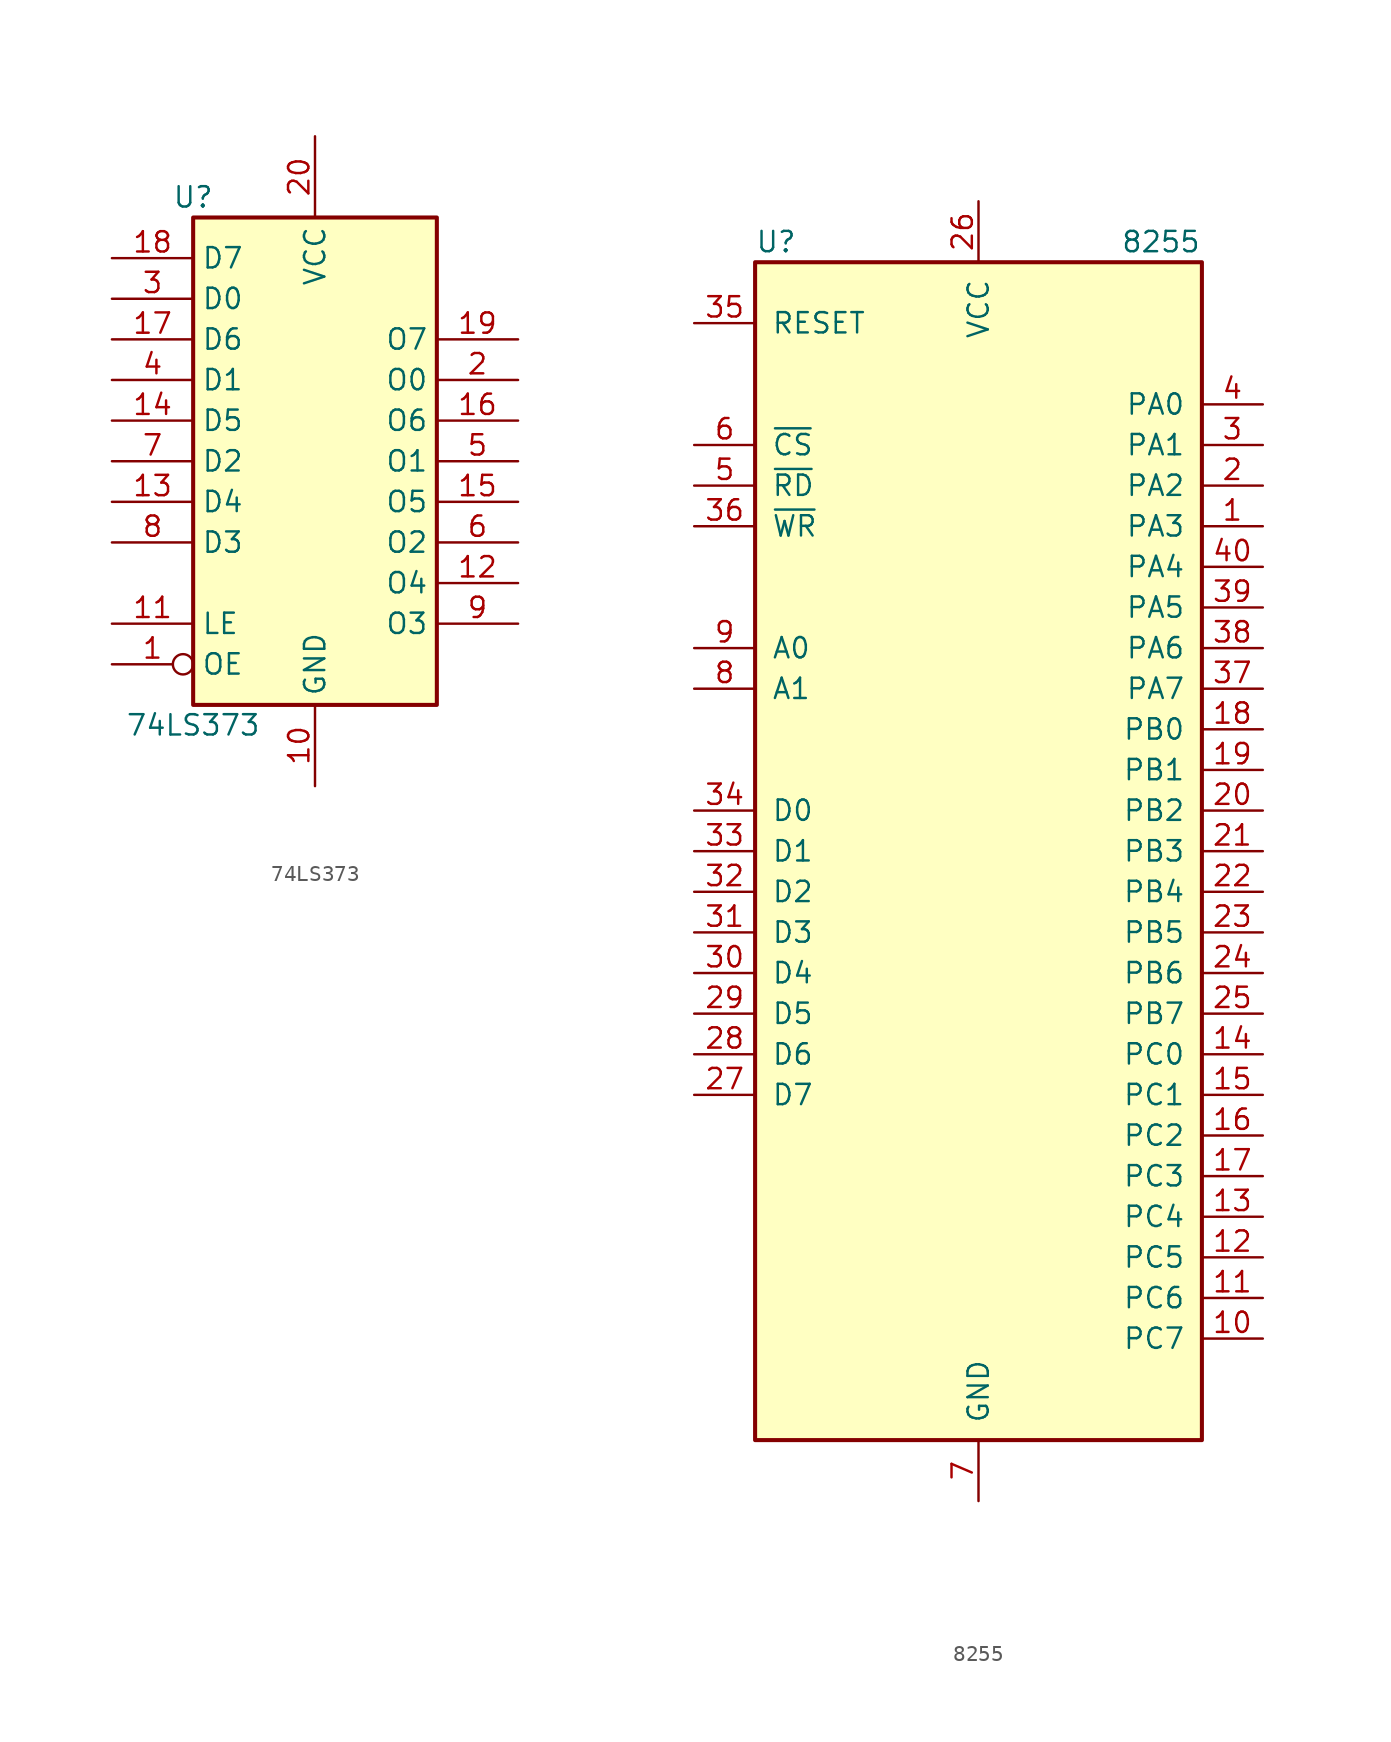
<source format=kicad_sym>
(kicad_symbol_lib
  (version 20241209)
  (generator "kicad_symbol_editor")
  (generator_version "9.0")
  (symbol "74LS373"
    (property "Reference" "U"
      (at -7.62 16.51 0)
      (effects (font (size 1.27 1.27))))
    (property "Value" "74LS373"
      (at -7.62 -16.51 0)
      (effects (font (size 1.27 1.27))))
    (symbol "74LS373_1_0"
      (pin input line (at -12.7 12.7 0) (length 5.08) (name "D7" (effects (font (size 1.27 1.27)))) (number "18" (effects (font (size 1.27 1.27)))))
      (pin input line (at -12.7 10.16 0) (length 5.08) (name "D0" (effects (font (size 1.27 1.27)))) (number "3" (effects (font (size 1.27 1.27)))))
      (pin input line (at -12.7 7.62 0) (length 5.08) (name "D6" (effects (font (size 1.27 1.27)))) (number "17" (effects (font (size 1.27 1.27)))))
      (pin input line (at -12.7 5.08 0) (length 5.08) (name "D1" (effects (font (size 1.27 1.27)))) (number "4" (effects (font (size 1.27 1.27)))))
      (pin input line (at -12.7 2.54 0) (length 5.08) (name "D5" (effects (font (size 1.27 1.27)))) (number "14" (effects (font (size 1.27 1.27)))))
      (pin input line (at -12.7 0 0) (length 5.08) (name "D2" (effects (font (size 1.27 1.27)))) (number "7" (effects (font (size 1.27 1.27)))))
      (pin input line (at -12.7 -2.54 0) (length 5.08) (name "D4" (effects (font (size 1.27 1.27)))) (number "13" (effects (font (size 1.27 1.27)))))
      (pin input line (at -12.7 -5.08 0) (length 5.08) (name "D3" (effects (font (size 1.27 1.27)))) (number "8" (effects (font (size 1.27 1.27)))))
      (pin input line (at -12.7 -10.16 0) (length 5.08) (name "LE" (effects (font (size 1.27 1.27)))) (number "11" (effects (font (size 1.27 1.27)))))
      (pin input inverted (at -12.7 -12.7 0) (length 5.08) (name "OE" (effects (font (size 1.27 1.27)))) (number "1" (effects (font (size 1.27 1.27)))))
      (pin power_in line (at 0 20.32 270) (length 5.08) (name "VCC" (effects (font (size 1.27 1.27)))) (number "20" (effects (font (size 1.27 1.27)))))
      (pin power_in line (at 0 -20.32 90) (length 5.08) (name "GND" (effects (font (size 1.27 1.27)))) (number "10" (effects (font (size 1.27 1.27)))))
      (pin tri_state line (at 12.7 7.62 180) (length 5.08) (name "O7" (effects (font (size 1.27 1.27)))) (number "19" (effects (font (size 1.27 1.27)))))
      (pin tri_state line (at 12.7 5.08 180) (length 5.08) (name "O0" (effects (font (size 1.27 1.27)))) (number "2" (effects (font (size 1.27 1.27)))))
      (pin tri_state line (at 12.7 2.54 180) (length 5.08) (name "O6" (effects (font (size 1.27 1.27)))) (number "16" (effects (font (size 1.27 1.27)))))
      (pin tri_state line (at 12.7 0 180) (length 5.08) (name "O1" (effects (font (size 1.27 1.27)))) (number "5" (effects (font (size 1.27 1.27)))))
      (pin tri_state line (at 12.7 -2.54 180) (length 5.08) (name "O5" (effects (font (size 1.27 1.27)))) (number "15" (effects (font (size 1.27 1.27)))))
      (pin tri_state line (at 12.7 -5.08 180) (length 5.08) (name "O2" (effects (font (size 1.27 1.27)))) (number "6" (effects (font (size 1.27 1.27)))))
      (pin tri_state line (at 12.7 -7.62 180) (length 5.08) (name "O4" (effects (font (size 1.27 1.27)))) (number "12" (effects (font (size 1.27 1.27)))))
      (pin tri_state line (at 12.7 -10.16 180) (length 5.08) (name "O3" (effects (font (size 1.27 1.27)))) (number "9" (effects (font (size 1.27 1.27))))))
    (symbol "74LS373_1_1"
      (rectangle (start -7.62 15.24) (end 7.62 -15.24) (stroke (width 0.254) (type default)) (fill (type background)))))
  (symbol "8255"
    (pin_names
      (offset 1.016))
    (property "Reference" "U"
      (at -13.97 38.1 0)
      (effects (font (size 1.27 1.27)) (justify left)))
    (property "Value" "8255"
      (at 8.89 38.1 0)
      (effects (font (size 1.27 1.27)) (justify left)))
    (symbol "8255_1_1"
      (rectangle (start -13.97 -36.83) (end 13.97 36.83) (stroke (width 0.254) (type default)) (fill (type background)))
      (pin input line (at -17.78 33.02 0) (length 3.81) (name "RESET" (effects (font (size 1.27 1.27)))) (number "35" (effects (font (size 1.27 1.27)))))
      (pin input line (at -17.78 25.4 0) (length 3.81) (name "~{CS}" (effects (font (size 1.27 1.27)))) (number "6" (effects (font (size 1.27 1.27)))))
      (pin input line (at -17.78 22.86 0) (length 3.81) (name "~{RD}" (effects (font (size 1.27 1.27)))) (number "5" (effects (font (size 1.27 1.27)))))
      (pin input line (at -17.78 20.32 0) (length 3.81) (name "~{WR}" (effects (font (size 1.27 1.27)))) (number "36" (effects (font (size 1.27 1.27)))))
      (pin input line (at -17.78 12.7 0) (length 3.81) (name "A0" (effects (font (size 1.27 1.27)))) (number "9" (effects (font (size 1.27 1.27)))))
      (pin input line (at -17.78 10.16 0) (length 3.81) (name "A1" (effects (font (size 1.27 1.27)))) (number "8" (effects (font (size 1.27 1.27)))))
      (pin bidirectional line (at -17.78 2.54 0) (length 3.81) (name "D0" (effects (font (size 1.27 1.27)))) (number "34" (effects (font (size 1.27 1.27)))))
      (pin bidirectional line (at -17.78 0 0) (length 3.81) (name "D1" (effects (font (size 1.27 1.27)))) (number "33" (effects (font (size 1.27 1.27)))))
      (pin bidirectional line (at -17.78 -2.54 0) (length 3.81) (name "D2" (effects (font (size 1.27 1.27)))) (number "32" (effects (font (size 1.27 1.27)))))
      (pin bidirectional line (at -17.78 -5.08 0) (length 3.81) (name "D3" (effects (font (size 1.27 1.27)))) (number "31" (effects (font (size 1.27 1.27)))))
      (pin bidirectional line (at -17.78 -7.62 0) (length 3.81) (name "D4" (effects (font (size 1.27 1.27)))) (number "30" (effects (font (size 1.27 1.27)))))
      (pin bidirectional line (at -17.78 -10.16 0) (length 3.81) (name "D5" (effects (font (size 1.27 1.27)))) (number "29" (effects (font (size 1.27 1.27)))))
      (pin bidirectional line (at -17.78 -12.7 0) (length 3.81) (name "D6" (effects (font (size 1.27 1.27)))) (number "28" (effects (font (size 1.27 1.27)))))
      (pin bidirectional line (at -17.78 -15.24 0) (length 3.81) (name "D7" (effects (font (size 1.27 1.27)))) (number "27" (effects (font (size 1.27 1.27)))))
      (pin power_in line (at 0 40.64 270) (length 3.81) (name "VCC" (effects (font (size 1.27 1.27)))) (number "26" (effects (font (size 1.27 1.27)))))
      (pin power_in line (at 0 -40.64 90) (length 3.81) (name "GND" (effects (font (size 1.27 1.27)))) (number "7" (effects (font (size 1.27 1.27)))))
      (pin bidirectional line (at 17.78 27.94 180) (length 3.81) (name "PA0" (effects (font (size 1.27 1.27)))) (number "4" (effects (font (size 1.27 1.27)))))
      (pin bidirectional line (at 17.78 25.4 180) (length 3.81) (name "PA1" (effects (font (size 1.27 1.27)))) (number "3" (effects (font (size 1.27 1.27)))))
      (pin bidirectional line (at 17.78 22.86 180) (length 3.81) (name "PA2" (effects (font (size 1.27 1.27)))) (number "2" (effects (font (size 1.27 1.27)))))
      (pin bidirectional line (at 17.78 20.32 180) (length 3.81) (name "PA3" (effects (font (size 1.27 1.27)))) (number "1" (effects (font (size 1.27 1.27)))))
      (pin bidirectional line (at 17.78 17.78 180) (length 3.81) (name "PA4" (effects (font (size 1.27 1.27)))) (number "40" (effects (font (size 1.27 1.27)))))
      (pin bidirectional line (at 17.78 15.24 180) (length 3.81) (name "PA5" (effects (font (size 1.27 1.27)))) (number "39" (effects (font (size 1.27 1.27)))))
      (pin bidirectional line (at 17.78 12.7 180) (length 3.81) (name "PA6" (effects (font (size 1.27 1.27)))) (number "38" (effects (font (size 1.27 1.27)))))
      (pin bidirectional line (at 17.78 10.16 180) (length 3.81) (name "PA7" (effects (font (size 1.27 1.27)))) (number "37" (effects (font (size 1.27 1.27)))))
      (pin bidirectional line (at 17.78 7.62 180) (length 3.81) (name "PB0" (effects (font (size 1.27 1.27)))) (number "18" (effects (font (size 1.27 1.27)))))
      (pin bidirectional line (at 17.78 5.08 180) (length 3.81) (name "PB1" (effects (font (size 1.27 1.27)))) (number "19" (effects (font (size 1.27 1.27)))))
      (pin bidirectional line (at 17.78 2.54 180) (length 3.81) (name "PB2" (effects (font (size 1.27 1.27)))) (number "20" (effects (font (size 1.27 1.27)))))
      (pin bidirectional line (at 17.78 0 180) (length 3.81) (name "PB3" (effects (font (size 1.27 1.27)))) (number "21" (effects (font (size 1.27 1.27)))))
      (pin bidirectional line (at 17.78 -2.54 180) (length 3.81) (name "PB4" (effects (font (size 1.27 1.27)))) (number "22" (effects (font (size 1.27 1.27)))))
      (pin bidirectional line (at 17.78 -5.08 180) (length 3.81) (name "PB5" (effects (font (size 1.27 1.27)))) (number "23" (effects (font (size 1.27 1.27)))))
      (pin bidirectional line (at 17.78 -7.62 180) (length 3.81) (name "PB6" (effects (font (size 1.27 1.27)))) (number "24" (effects (font (size 1.27 1.27)))))
      (pin bidirectional line (at 17.78 -10.16 180) (length 3.81) (name "PB7" (effects (font (size 1.27 1.27)))) (number "25" (effects (font (size 1.27 1.27)))))
      (pin bidirectional line (at 17.78 -12.7 180) (length 3.81) (name "PC0" (effects (font (size 1.27 1.27)))) (number "14" (effects (font (size 1.27 1.27)))))
      (pin bidirectional line (at 17.78 -15.24 180) (length 3.81) (name "PC1" (effects (font (size 1.27 1.27)))) (number "15" (effects (font (size 1.27 1.27)))))
      (pin bidirectional line (at 17.78 -17.78 180) (length 3.81) (name "PC2" (effects (font (size 1.27 1.27)))) (number "16" (effects (font (size 1.27 1.27)))))
      (pin bidirectional line (at 17.78 -20.32 180) (length 3.81) (name "PC3" (effects (font (size 1.27 1.27)))) (number "17" (effects (font (size 1.27 1.27)))))
      (pin bidirectional line (at 17.78 -22.86 180) (length 3.81) (name "PC4" (effects (font (size 1.27 1.27)))) (number "13" (effects (font (size 1.27 1.27)))))
      (pin bidirectional line (at 17.78 -25.4 180) (length 3.81) (name "PC5" (effects (font (size 1.27 1.27)))) (number "12" (effects (font (size 1.27 1.27)))))
      (pin bidirectional line (at 17.78 -27.94 180) (length 3.81) (name "PC6" (effects (font (size 1.27 1.27)))) (number "11" (effects (font (size 1.27 1.27)))))
      (pin bidirectional line (at 17.78 -30.48 180) (length 3.81) (name "PC7" (effects (font (size 1.27 1.27)))) (number "10" (effects (font (size 1.27 1.27))))))))
</source>
